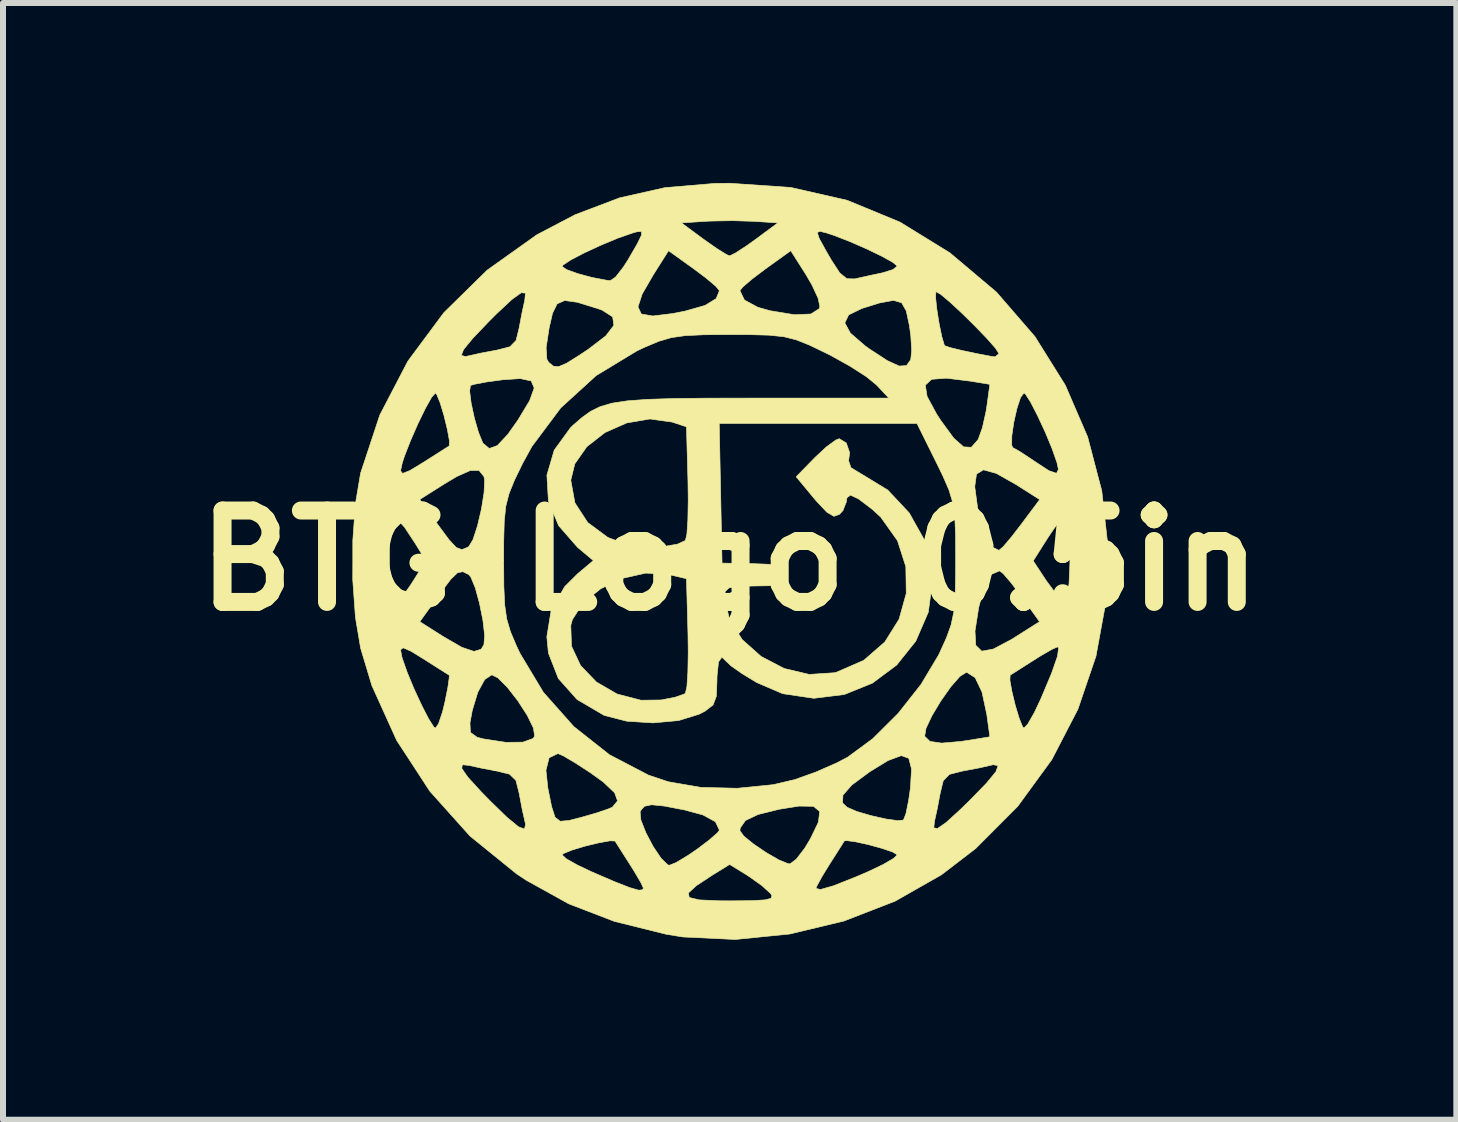
<source format=kicad_pcb>
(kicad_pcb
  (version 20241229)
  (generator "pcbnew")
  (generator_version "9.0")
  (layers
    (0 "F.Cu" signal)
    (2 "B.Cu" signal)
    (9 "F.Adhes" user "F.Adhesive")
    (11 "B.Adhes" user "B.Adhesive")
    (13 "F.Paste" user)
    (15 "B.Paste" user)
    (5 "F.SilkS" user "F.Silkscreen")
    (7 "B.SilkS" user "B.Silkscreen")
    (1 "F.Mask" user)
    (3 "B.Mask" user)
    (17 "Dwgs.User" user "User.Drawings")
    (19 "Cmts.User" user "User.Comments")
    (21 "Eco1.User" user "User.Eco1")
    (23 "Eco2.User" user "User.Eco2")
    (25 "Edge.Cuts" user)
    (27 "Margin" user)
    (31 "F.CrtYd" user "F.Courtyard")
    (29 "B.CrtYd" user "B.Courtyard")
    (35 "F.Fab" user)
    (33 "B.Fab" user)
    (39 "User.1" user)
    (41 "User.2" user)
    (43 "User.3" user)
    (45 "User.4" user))
  (footprint "BTG Logo 0.5in"
    (layer "F.Cu")
    (at 9.115 6.296)
    (property "Reference" "BTG Logo 0.5in" (at 0 0 0) (layer "F.SilkS") (effects (font (size 1.524 1.524) (thickness 0.3))))
    (attr through_hole)
    (fp_poly (pts (xy 1.018 -6.221) (xy 1.958 -6.007) (xy 2.84 -5.643) (xy 3.67 -5.132) (xy 4.448 -4.476) (xy 5.09 -3.734) (xy 5.596 -2.924) (xy 5.968 -2.062) (xy 6.204 -1.162) (xy 6.306 -0.242) (xy 6.274 0.682) (xy 6.107 1.594) (xy 5.806 2.478) (xy 5.371 3.318) (xy 4.802 4.098) (xy 4.101 4.801) (xy 3.53 5.239) (xy 2.759 5.678) (xy 1.903 6.01) (xy 1.001 6.226) (xy 0.094 6.317) (xy -0.78 6.275) (xy -1.058 6.23) (xy -1.923 6.015) (xy -2.682 5.723) (xy -3.008 5.542) (xy -0.688 5.542) (xy -0.674 5.617) (xy -0.507 5.657) (xy -0.181 5.672) (xy 0 5.673) (xy 0.365 5.67) (xy 0.587 5.657) (xy 0.691 5.631) (xy 0.704 5.585) (xy 0.678 5.547) (xy 0.588 5.465) (xy 1.439 5.465) (xy 1.513 5.484) (xy 1.733 5.421) (xy 2.097 5.277) (xy 2.307 5.187) (xy 2.56 5.066) (xy 2.736 4.963) (xy 2.794 4.906) (xy 2.721 4.86) (xy 2.54 4.798) (xy 2.311 4.735) (xy 2.092 4.687) (xy 1.942 4.668) (xy 1.91 4.676) (xy 1.862 4.754) (xy 1.751 4.929) (xy 1.669 5.057) (xy 1.537 5.272) (xy 1.454 5.425) (xy 1.439 5.465) (xy 0.588 5.465) (xy 0.539 5.42) (xy 0.33 5.271) (xy 0.287 5.243) (xy 0 5.066) (xy -0.287 5.243) (xy -0.557 5.421) (xy -0.688 5.542) (xy -3.008 5.542) (xy -3.389 5.331) (xy -3.556 5.22) (xy -3.943 4.906) (xy -2.794 4.906) (xy -2.723 4.972) (xy -2.537 5.077) (xy -2.307 5.186) (xy -1.922 5.352) (xy -1.667 5.452) (xy -1.517 5.495) (xy -1.45 5.488) (xy -1.439 5.459) (xy -1.481 5.368) (xy -1.588 5.186) (xy -1.669 5.057) (xy -1.802 4.848) (xy -1.891 4.708) (xy -1.91 4.676) (xy -1.996 4.672) (xy -2.184 4.706) (xy -2.415 4.762) (xy -2.63 4.827) (xy -2.77 4.884) (xy -2.794 4.906) (xy -3.943 4.906) (xy -4.329 4.593) (xy -5 3.844) (xy -5.247 3.464) (xy -4.467 3.464) (xy -4.366 3.61) (xy -4.146 3.851) (xy -4.003 3.998) (xy -3.712 4.281) (xy -3.521 4.438) (xy -3.42 4.475) (xy -3.403 4.396) (xy -3.416 4.339) (xy -3.457 4.158) (xy -3.504 3.909) (xy -3.51 3.877) (xy -3.564 3.664) (xy -3.67 3.561) (xy -3.877 3.51) (xy -3.949 3.496) (xy -3.063 3.496) (xy -3.031 3.794) (xy -2.968 4.105) (xy -2.911 4.279) (xy -2.826 4.346) (xy -2.681 4.334) (xy -2.468 4.279) (xy -2.208 4.204) (xy -2.166 4.19) (xy -1.493 4.19) (xy -1.48 4.326) (xy -1.397 4.537) (xy -1.275 4.768) (xy -1.143 4.964) (xy -1.031 5.073) (xy -1.005 5.08) (xy -0.891 5.034) (xy -0.694 4.915) (xy -0.543 4.812) (xy -0.336 4.655) (xy -0.201 4.536) (xy -0.178 4.504) (xy 0.171 4.504) (xy 0.236 4.594) (xy 0.4 4.727) (xy 0.613 4.871) (xy 0.822 4.991) (xy 0.976 5.054) (xy 1.007 5.056) (xy 1.112 4.977) (xy 1.253 4.793) (xy 1.345 4.64) (xy 1.434 4.456) (xy 3.403 4.456) (xy 3.464 4.467) (xy 3.61 4.366) (xy 3.851 4.146) (xy 3.998 4.003) (xy 4.281 3.712) (xy 4.438 3.521) (xy 4.475 3.42) (xy 4.396 3.403) (xy 4.339 3.416) (xy 4.158 3.457) (xy 3.909 3.504) (xy 3.877 3.51) (xy 3.664 3.564) (xy 3.561 3.67) (xy 3.51 3.877) (xy 3.463 4.127) (xy 3.42 4.323) (xy 3.416 4.339) (xy 3.403 4.456) (xy 1.434 4.456) (xy 1.48 4.36) (xy 1.501 4.183) (xy 1.398 4.097) (xy 1.158 4.093) (xy 0.83 4.145) (xy 0.474 4.233) (xy 0.264 4.333) (xy 0.176 4.458) (xy 0.171 4.504) (xy -0.178 4.504) (xy -0.171 4.494) (xy -0.238 4.354) (xy -0.445 4.241) (xy -0.745 4.159) (xy -1.087 4.093) (xy -1.301 4.071) (xy -1.421 4.096) (xy -1.484 4.168) (xy -1.493 4.19) (xy -2.166 4.19) (xy -2.013 4.137) (xy -1.955 4.111) (xy -1.898 4.041) (xy 1.882 4.041) (xy 1.958 4.113) (xy 2.12 4.183) (xy 2.356 4.252) (xy 2.604 4.308) (xy 2.805 4.336) (xy 2.897 4.326) (xy 2.939 4.219) (xy 2.984 3.998) (xy 3.014 3.789) (xy 3.032 3.473) (xy 2.986 3.296) (xy 2.861 3.252) (xy 2.64 3.334) (xy 2.336 3.52) (xy 2.037 3.741) (xy 1.888 3.911) (xy 1.882 4.041) (xy -1.898 4.041) (xy -1.869 4.007) (xy -1.918 3.871) (xy -2.108 3.691) (xy -2.329 3.532) (xy -2.576 3.372) (xy -2.769 3.258) (xy -2.863 3.217) (xy -3.01 3.288) (xy -3.063 3.496) (xy -3.949 3.496) (xy -4.127 3.463) (xy -4.323 3.42) (xy -4.339 3.416) (xy -4.456 3.403) (xy -4.467 3.464) (xy -5.247 3.464) (xy -5.551 2.999) (xy -5.965 2.084) (xy -6.145 1.486) (xy -5.487 1.486) (xy -5.465 1.607) (xy -5.458 1.63) (xy -5.375 1.867) (xy -5.26 2.144) (xy -5.133 2.417) (xy -5.017 2.642) (xy -4.931 2.776) (xy -4.906 2.794) (xy -4.853 2.719) (xy -4.85 2.709) (xy -4.33 2.709) (xy -4.322 2.865) (xy -4.209 2.946) (xy -4.106 2.973) (xy -3.733 3.03) (xy -3.447 3.027) (xy -3.278 2.966) (xy -3.251 2.928) (xy -3.272 2.791) (xy -3.376 2.579) (xy -3.532 2.337) (xy -3.707 2.113) (xy -3.866 1.954) (xy -3.966 1.905) (xy -4.084 1.983) (xy -4.199 2.194) (xy -4.292 2.501) (xy -4.33 2.709) (xy -4.85 2.709) (xy -4.788 2.526) (xy -4.747 2.358) (xy -4.698 2.113) (xy -4.675 1.949) (xy -4.676 1.91) (xy -4.754 1.862) (xy -4.929 1.751) (xy -5.057 1.669) (xy -5.307 1.514) (xy -5.442 1.454) (xy -5.487 1.486) (xy -6.145 1.486) (xy -6.153 1.459) (xy -6.227 1.019) (xy -5.166 1.019) (xy -4.768 1.271) (xy -4.465 1.446) (xy -4.264 1.514) (xy -4.144 1.479) (xy -4.097 1.402) (xy -4.085 1.245) (xy -4.114 0.995) (xy -4.171 0.711) (xy -4.242 0.452) (xy -4.316 0.274) (xy -4.349 0.234) (xy -4.448 0.185) (xy -4.537 0.203) (xy -4.649 0.311) (xy -4.816 0.531) (xy -4.861 0.594) (xy -5.166 1.019) (xy -6.227 1.019) (xy -6.24 0.937) (xy -6.284 0.318) (xy -6.283 0) (xy -5.673 0) (xy -5.665 0.393) (xy -5.637 0.625) (xy -5.577 0.7) (xy -5.476 0.628) (xy -5.323 0.413) (xy -5.243 0.287) (xy -5.066 0) (xy -5.069 -0.004) (xy -3.768 -0.004) (xy -3.765 0.427) (xy -3.751 0.737) (xy -3.717 0.974) (xy -3.655 1.185) (xy -3.556 1.419) (xy -3.495 1.548) (xy -3.106 2.196) (xy -2.598 2.768) (xy -2.004 3.237) (xy -1.353 3.577) (xy -1.025 3.687) (xy -0.483 3.781) (xy 0.128 3.796) (xy 0.726 3.736) (xy 1.09 3.65) (xy 1.439 3.525) (xy 1.785 3.373) (xy 1.967 3.278) (xy 2.387 2.968) (xy 2.427 2.928) (xy 3.251 2.928) (xy 3.251 2.929) (xy 3.34 3.015) (xy 3.535 3.043) (xy 3.858 3.015) (xy 4.01 2.992) (xy 4.338 2.938) (xy 4.287 2.566) (xy 4.207 2.192) (xy 4.114 1.996) (xy 4.672 1.996) (xy 4.706 2.184) (xy 4.762 2.415) (xy 4.827 2.63) (xy 4.884 2.77) (xy 4.906 2.794) (xy 4.972 2.723) (xy 5.078 2.537) (xy 5.187 2.307) (xy 5.367 1.879) (xy 5.466 1.594) (xy 5.484 1.454) (xy 5.465 1.439) (xy 5.371 1.481) (xy 5.185 1.588) (xy 5.057 1.669) (xy 4.848 1.802) (xy 4.708 1.891) (xy 4.676 1.91) (xy 4.672 1.996) (xy 4.114 1.996) (xy 4.093 1.952) (xy 3.953 1.863) (xy 3.946 1.863) (xy 3.838 1.931) (xy 3.686 2.105) (xy 3.521 2.339) (xy 3.373 2.585) (xy 3.273 2.797) (xy 3.251 2.928) (xy 2.427 2.928) (xy 2.81 2.547) (xy 3.19 2.065) (xy 3.483 1.575) (xy 3.497 1.546) (xy 3.615 1.286) (xy 3.655 1.175) (xy 4.09 1.175) (xy 4.103 1.412) (xy 4.202 1.51) (xy 4.396 1.475) (xy 4.696 1.316) (xy 4.768 1.271) (xy 5.166 1.019) (xy 4.861 0.594) (xy 4.693 0.372) (xy 4.561 0.218) (xy 4.501 0.171) (xy 4.363 0.229) (xy 4.254 0.412) (xy 4.162 0.741) (xy 4.151 0.788) (xy 4.09 1.175) (xy 3.655 1.175) (xy 3.692 1.071) (xy 3.738 0.852) (xy 3.76 0.581) (xy 3.767 0.211) (xy 3.768 0.005) (xy 5.061 0.005) (xy 5.283 0.341) (xy 5.43 0.539) (xy 5.551 0.66) (xy 5.589 0.677) (xy 5.629 0.598) (xy 5.658 0.382) (xy 5.672 0.062) (xy 5.673 -0.042) (xy 5.666 -0.368) (xy 5.647 -0.616) (xy 5.621 -0.75) (xy 5.609 -0.762) (xy 5.532 -0.696) (xy 5.403 -0.527) (xy 5.303 -0.378) (xy 5.061 0.005) (xy 3.768 0.005) (xy 3.768 -0.004) (xy 3.766 -0.429) (xy 3.753 -0.733) (xy 3.72 -0.966) (xy 3.657 -1.175) (xy 3.632 -1.233) (xy 4.086 -1.233) (xy 4.134 -0.877) (xy 4.151 -0.788) (xy 4.245 -0.437) (xy 4.355 -0.237) (xy 4.489 -0.171) (xy 4.49 -0.171) (xy 4.561 -0.232) (xy 4.699 -0.395) (xy 4.852 -0.593) (xy 5.169 -1.017) (xy 4.769 -1.271) (xy 4.447 -1.453) (xy 4.232 -1.513) (xy 4.115 -1.442) (xy 4.086 -1.233) (xy 3.632 -1.233) (xy 3.555 -1.41) (xy 3.446 -1.634) (xy 3.123 -2.286) (xy 1.475 -2.286) (xy -0.174 -2.286) (xy -0.127 0.042) (xy 0.381 0.051) (xy 0.667 0.062) (xy 0.824 0.094) (xy 0.895 0.161) (xy 0.916 0.241) (xy 0.918 0.342) (xy 0.86 0.396) (xy 0.705 0.419) (xy 0.429 0.423) (xy 0.144 0.429) (xy -0.01 0.455) (xy -0.074 0.514) (xy -0.085 0.601) (xy -0.006 0.976) (xy 0.208 1.316) (xy 0.524 1.598) (xy 0.909 1.799) (xy 1.327 1.898) (xy 1.747 1.87) (xy 1.779 1.862) (xy 2.236 1.663) (xy 2.587 1.357) (xy 2.825 0.976) (xy 2.944 0.547) (xy 2.937 0.101) (xy 2.798 -0.332) (xy 2.52 -0.723) (xy 2.383 -0.85) (xy 2.149 -1.028) (xy 2.012 -1.092) (xy 1.954 -1.045) (xy 1.947 -0.984) (xy 1.888 -0.833) (xy 1.83 -0.77) (xy 1.738 -0.738) (xy 1.621 -0.806) (xy 1.447 -0.991) (xy 1.41 -1.034) (xy 1.109 -1.397) (xy 1.418 -1.714) (xy 1.612 -1.895) (xy 1.77 -2.01) (xy 1.828 -2.032) (xy 1.944 -1.961) (xy 2 -1.8) (xy 1.983 -1.663) (xy 2.022 -1.549) (xy 2.207 -1.437) (xy 2.208 -1.437) (xy 2.637 -1.175) (xy 2.994 -0.794) (xy 3.25 -0.337) (xy 3.377 0.152) (xy 3.386 0.307) (xy 3.312 0.86) (xy 3.103 1.343) (xy 2.784 1.742) (xy 2.379 2.044) (xy 1.911 2.233) (xy 1.404 2.296) (xy 0.884 2.219) (xy 0.451 2.033) (xy 0.206 1.884) (xy 0.025 1.757) (xy -0.041 1.695) (xy -0.13 1.61) (xy -0.186 1.69) (xy -0.211 1.932) (xy -0.212 2.011) (xy -0.222 2.262) (xy -0.277 2.407) (xy -0.41 2.51) (xy -0.508 2.561) (xy -0.851 2.667) (xy -1.277 2.706) (xy -1.714 2.678) (xy -2.089 2.582) (xy -2.097 2.578) (xy -2.544 2.316) (xy -2.856 1.966) (xy -3.022 1.541) (xy -3.048 1.27) (xy -3.017 1.08) (xy -2.649 1.08) (xy -2.637 1.428) (xy -2.485 1.751) (xy -2.221 2.025) (xy -1.876 2.225) (xy -1.478 2.328) (xy -1.143 2.324) (xy -0.912 2.279) (xy -0.757 2.225) (xy -0.738 2.211) (xy -0.713 2.104) (xy -0.697 1.865) (xy -0.691 1.533) (xy -0.695 1.223) (xy -0.72 0.302) (xy -1.027 0.23) (xy -1.399 0.209) (xy -1.787 0.296) (xy -2.149 0.469) (xy -2.442 0.705) (xy -2.622 0.983) (xy -2.649 1.08) (xy -3.017 1.08) (xy -2.975 0.821) (xy -2.75 0.434) (xy -2.537 0.222) (xy -2.273 0) (xy -2.537 -0.222) (xy -2.852 -0.583) (xy -3.022 -0.994) (xy -3.042 -1.341) (xy -2.649 -1.341) (xy -2.58 -0.962) (xy -2.367 -0.635) (xy -2.03 -0.385) (xy -1.67 -0.252) (xy -1.41 -0.221) (xy -1.121 -0.231) (xy -0.87 -0.274) (xy -0.738 -0.335) (xy -0.713 -0.44) (xy -0.697 -0.676) (xy -0.691 -1.006) (xy -0.695 -1.313) (xy -0.72 -2.23) (xy -0.958 -2.309) (xy -1.33 -2.361) (xy -1.716 -2.295) (xy -2.078 -2.135) (xy -2.38 -1.9) (xy -2.582 -1.613) (xy -2.649 -1.341) (xy -3.042 -1.341) (xy -3.047 -1.424) (xy -2.925 -1.841) (xy -2.655 -2.213) (xy -2.612 -2.255) (xy -2.462 -2.385) (xy -2.319 -2.488) (xy -2.16 -2.566) (xy -1.964 -2.624) (xy -1.708 -2.663) (xy -1.372 -2.688) (xy -0.933 -2.702) (xy -0.37 -2.708) (xy 0.34 -2.709) (xy 0.392 -2.709) (xy 2.654 -2.709) (xy 2.452 -2.924) (xy 3.262 -2.924) (xy 3.292 -2.736) (xy 3.448 -2.447) (xy 3.52 -2.336) (xy 3.735 -2.042) (xy 3.9 -1.896) (xy 4.029 -1.889) (xy 4.058 -1.922) (xy 4.702 -1.922) (xy 4.721 -1.883) (xy 4.83 -1.823) (xy 5.016 -1.701) (xy 5.085 -1.654) (xy 5.322 -1.499) (xy 5.449 -1.455) (xy 5.481 -1.521) (xy 5.458 -1.63) (xy 5.375 -1.867) (xy 5.26 -2.144) (xy 5.133 -2.417) (xy 5.017 -2.642) (xy 4.931 -2.776) (xy 4.906 -2.794) (xy 4.85 -2.72) (xy 4.79 -2.538) (xy 4.737 -2.305) (xy 4.704 -2.08) (xy 4.702 -1.922) (xy 4.058 -1.922) (xy 4.14 -2.015) (xy 4.147 -2.029) (xy 4.214 -2.216) (xy 4.273 -2.481) (xy 4.287 -2.566) (xy 4.338 -2.938) (xy 4.01 -2.992) (xy 3.612 -3.041) (xy 3.366 -3.022) (xy 3.262 -2.924) (xy 2.452 -2.924) (xy 2.451 -2.926) (xy 2.278 -3.067) (xy 2.003 -3.243) (xy 1.682 -3.422) (xy 1.615 -3.455) (xy 1.336 -3.59) (xy 1.115 -3.679) (xy 0.905 -3.732) (xy 0.657 -3.758) (xy 0.323 -3.767) (xy 0.004 -3.768) (xy -0.427 -3.765) (xy -0.737 -3.751) (xy -0.974 -3.717) (xy -1.185 -3.655) (xy -1.419 -3.556) (xy -1.548 -3.495) (xy -2.225 -3.085) (xy -2.818 -2.544) (xy -3.297 -1.903) (xy -3.453 -1.618) (xy -3.589 -1.338) (xy -3.678 -1.117) (xy -3.732 -0.907) (xy -3.758 -0.659) (xy -3.767 -0.326) (xy -3.768 -0.004) (xy -5.069 -0.004) (xy -5.243 -0.287) (xy -5.421 -0.557) (xy -5.542 -0.688) (xy -5.617 -0.674) (xy -5.657 -0.507) (xy -5.672 -0.181) (xy -5.673 0) (xy -6.283 0) (xy -6.283 -0.334) (xy -6.239 -0.952) (xy -6.227 -1.019) (xy -5.166 -1.019) (xy -4.861 -0.594) (xy -4.678 -0.347) (xy -4.558 -0.218) (xy -4.466 -0.183) (xy -4.372 -0.22) (xy -4.349 -0.234) (xy -4.279 -0.35) (xy -4.205 -0.577) (xy -4.139 -0.856) (xy -4.095 -1.13) (xy -4.085 -1.34) (xy -4.097 -1.402) (xy -4.178 -1.502) (xy -4.322 -1.503) (xy -4.555 -1.399) (xy -4.768 -1.271) (xy -5.166 -1.019) (xy -6.227 -1.019) (xy -6.153 -1.459) (xy -6.14 -1.497) (xy -5.487 -1.497) (xy -5.453 -1.453) (xy -5.331 -1.501) (xy -5.097 -1.643) (xy -5.057 -1.669) (xy -4.848 -1.802) (xy -4.708 -1.891) (xy -4.676 -1.91) (xy -4.672 -1.996) (xy -4.706 -2.184) (xy -4.762 -2.415) (xy -4.827 -2.63) (xy -4.884 -2.77) (xy -4.906 -2.794) (xy -4.969 -2.723) (xy -5.073 -2.537) (xy -5.197 -2.282) (xy -5.32 -2.002) (xy -5.422 -1.74) (xy -5.458 -1.63) (xy -5.487 -1.497) (xy -6.14 -1.497) (xy -5.833 -2.426) (xy -5.626 -2.824) (xy -4.335 -2.824) (xy -4.31 -2.625) (xy -4.257 -2.379) (xy -4.189 -2.141) (xy -4.119 -1.968) (xy -4.111 -1.955) (xy -4.008 -1.869) (xy -3.874 -1.917) (xy -3.697 -2.106) (xy -3.529 -2.344) (xy -3.335 -2.666) (xy -3.259 -2.877) (xy -3.309 -2.995) (xy -3.489 -3.034) (xy -3.781 -3.015) (xy -4.053 -2.978) (xy -4.253 -2.94) (xy -4.322 -2.919) (xy -4.335 -2.824) (xy -5.626 -2.824) (xy -5.366 -3.323) (xy -5.293 -3.422) (xy -4.475 -3.422) (xy -4.406 -3.402) (xy -4.339 -3.416) (xy -4.158 -3.457) (xy -3.909 -3.504) (xy -3.877 -3.51) (xy -3.719 -3.55) (xy -3.06 -3.55) (xy -3.048 -3.358) (xy -3.018 -3.306) (xy -2.94 -3.242) (xy -2.852 -3.233) (xy -2.719 -3.29) (xy -2.502 -3.426) (xy -2.358 -3.522) (xy -2.065 -3.746) (xy -1.93 -3.923) (xy -1.936 -3.963) (xy 1.92 -3.963) (xy 2.012 -3.793) (xy 2.261 -3.578) (xy 2.328 -3.53) (xy 2.628 -3.334) (xy 2.826 -3.243) (xy 2.948 -3.251) (xy 3.019 -3.35) (xy 3.035 -3.505) (xy 3.019 -3.757) (xy 2.996 -3.921) (xy 2.944 -4.163) (xy 2.867 -4.298) (xy 2.732 -4.338) (xy 2.502 -4.296) (xy 2.203 -4.203) (xy 1.984 -4.096) (xy 1.92 -3.963) (xy -1.936 -3.963) (xy -1.951 -4.063) (xy -2.125 -4.175) (xy -2.203 -4.203) (xy -2.288 -4.229) (xy -1.529 -4.229) (xy -1.473 -4.111) (xy -1.283 -4.078) (xy -0.947 -4.119) (xy -0.745 -4.159) (xy -0.41 -4.254) (xy -0.225 -4.368) (xy -0.171 -4.501) (xy 0.171 -4.501) (xy 0.246 -4.344) (xy 0.47 -4.223) (xy 0.677 -4.165) (xy 1.08 -4.099) (xy 1.355 -4.111) (xy 1.493 -4.2) (xy 1.504 -4.234) (xy 1.475 -4.373) (xy 1.468 -4.388) (xy 3.433 -4.388) (xy 3.454 -4.19) (xy 3.492 -3.951) (xy 3.537 -3.733) (xy 3.577 -3.597) (xy 3.587 -3.582) (xy 3.677 -3.551) (xy 3.874 -3.503) (xy 4.119 -3.451) (xy 4.351 -3.407) (xy 4.424 -3.396) (xy 4.487 -3.447) (xy 4.487 -3.453) (xy 4.433 -3.54) (xy 4.29 -3.702) (xy 4.094 -3.906) (xy 3.878 -4.119) (xy 3.674 -4.308) (xy 3.517 -4.44) (xy 3.44 -4.483) (xy 3.438 -4.482) (xy 3.433 -4.388) (xy 1.468 -4.388) (xy 1.373 -4.593) (xy 1.274 -4.764) (xy 1.019 -5.166) (xy 0.594 -4.861) (xy 0.372 -4.693) (xy 0.218 -4.561) (xy 0.171 -4.501) (xy -0.171 -4.501) (xy -0.233 -4.575) (xy -0.398 -4.714) (xy -0.594 -4.861) (xy -1.019 -5.166) (xy -1.271 -4.768) (xy -1.458 -4.445) (xy -1.529 -4.229) (xy -2.288 -4.229) (xy -2.538 -4.306) (xy -2.751 -4.336) (xy -2.877 -4.28) (xy -2.954 -4.122) (xy -3.01 -3.878) (xy -3.06 -3.55) (xy -3.719 -3.55) (xy -3.664 -3.564) (xy -3.561 -3.67) (xy -3.51 -3.877) (xy -3.463 -4.127) (xy -3.42 -4.323) (xy -3.416 -4.339) (xy -3.405 -4.459) (xy -3.474 -4.466) (xy -3.631 -4.353) (xy -3.885 -4.116) (xy -4.003 -3.998) (xy -4.28 -3.709) (xy -4.435 -3.52) (xy -4.475 -3.422) (xy -5.293 -3.422) (xy -4.765 -4.133) (xy -4.044 -4.841) (xy -3.956 -4.904) (xy -2.794 -4.904) (xy -2.72 -4.852) (xy -2.535 -4.785) (xy -2.294 -4.72) (xy -2.053 -4.674) (xy -1.99 -4.666) (xy -1.901 -4.728) (xy -1.771 -4.895) (xy -1.693 -5.017) (xy -1.539 -5.283) (xy -1.467 -5.431) (xy -1.473 -5.487) (xy -1.552 -5.481) (xy -1.62 -5.461) (xy -1.864 -5.376) (xy -2.145 -5.259) (xy -2.42 -5.132) (xy -2.645 -5.015) (xy -2.777 -4.928) (xy -2.794 -4.904) (xy -3.956 -4.904) (xy -3.216 -5.431) (xy -2.836 -5.63) (xy -0.804 -5.63) (xy -0.432 -5.355) (xy -0.215 -5.203) (xy -0.054 -5.103) (xy 0 -5.08) (xy 0.096 -5.127) (xy 0.279 -5.246) (xy 0.432 -5.355) (xy 0.587 -5.47) (xy 1.461 -5.47) (xy 1.491 -5.374) (xy 1.601 -5.174) (xy 1.693 -5.014) (xy 1.836 -4.795) (xy 1.953 -4.7) (xy 2.084 -4.696) (xy 2.105 -4.701) (xy 2.346 -4.755) (xy 2.55 -4.798) (xy 2.723 -4.852) (xy 2.794 -4.91) (xy 2.722 -4.971) (xy 2.537 -5.074) (xy 2.282 -5.197) (xy 2.001 -5.32) (xy 1.737 -5.422) (xy 1.62 -5.461) (xy 1.505 -5.49) (xy 1.461 -5.47) (xy 0.587 -5.47) (xy 0.804 -5.63) (xy 0.402 -5.656) (xy 0.047 -5.667) (xy -0.327 -5.66) (xy -0.402 -5.656) (xy -0.804 -5.63) (xy -2.836 -5.63) (xy -2.575 -5.767) (xy -1.834 -6.048) (xy -1.077 -6.218) (xy -0.248 -6.288) (xy 0 -6.291) (xy 1.018 -6.221)) (stroke (width 0.01) (type solid)) (fill yes) (layer "F.SilkS")))
  (gr_rect
    (start -3 -3)
    (end 21.23 15.618)
    (stroke (width 0.1) (type default))
    (fill no)
    (layer "Edge.Cuts")))
</source>
